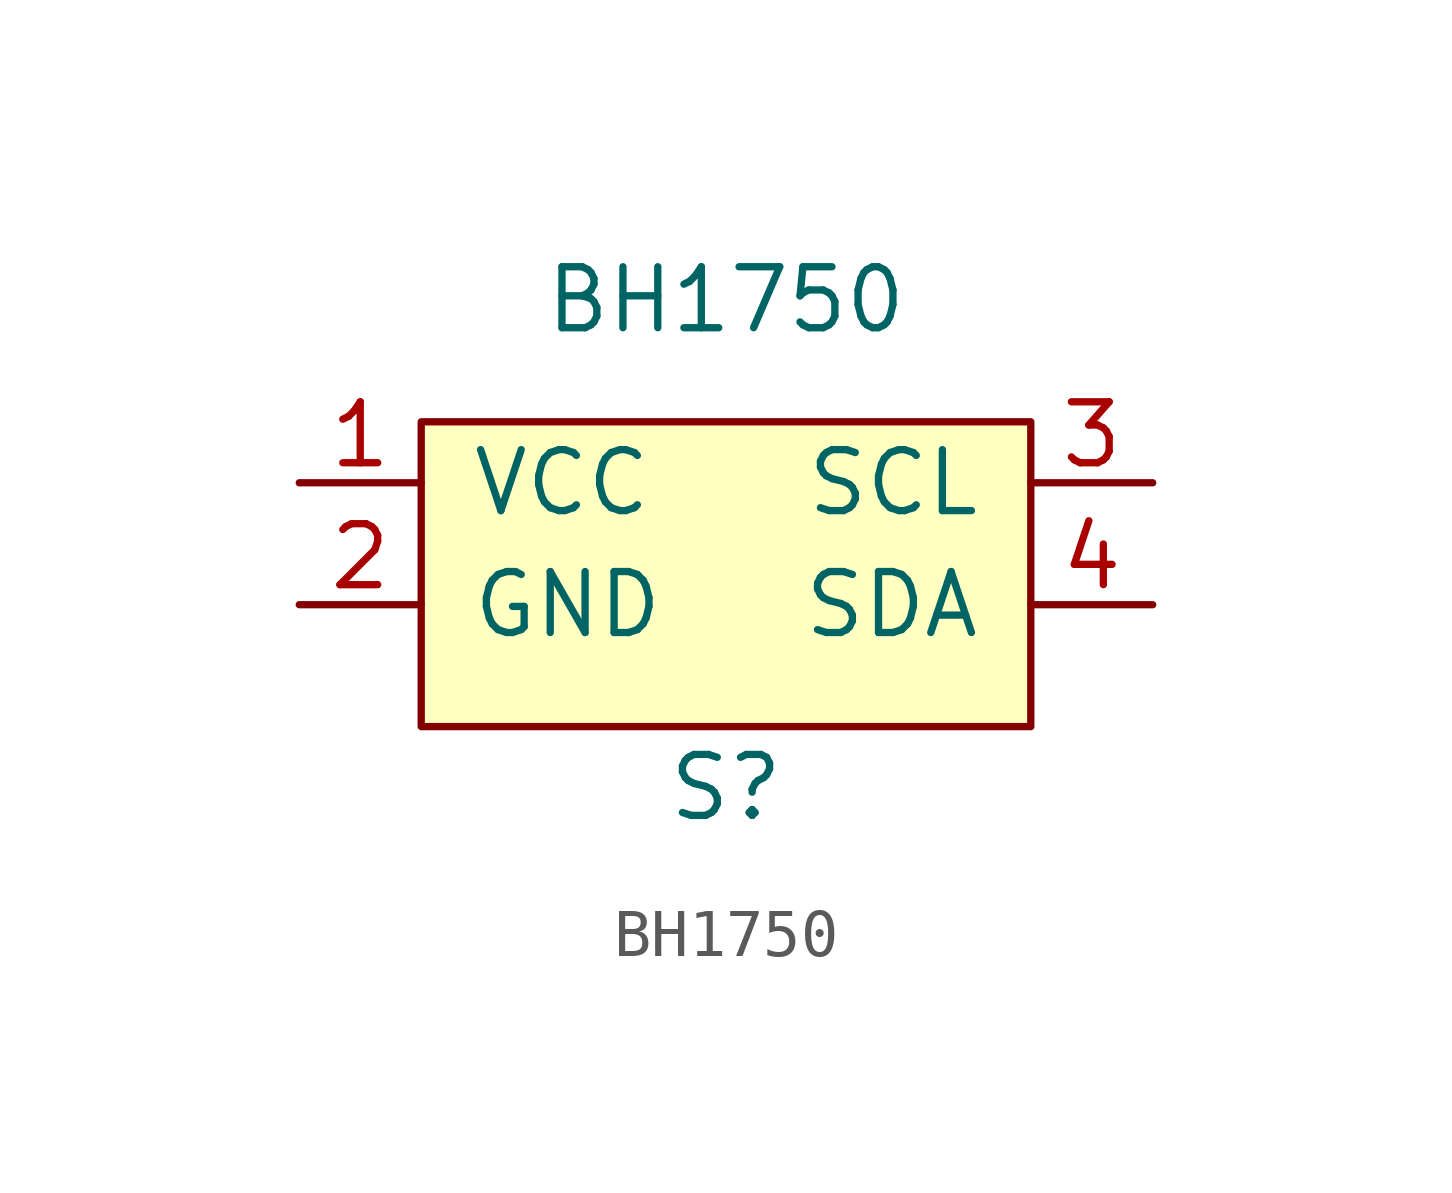
<source format=kicad_sym>
(kicad_symbol_lib
  (version 20211014)
  (generator kicad_symbol_editor)
  (symbol "BH1750"
    (pin_names
      (offset 1.016))
    (property "Reference" "S"
      (at 0 -3.81 0)
      (effects (font (size 1.27 1.27))))
    (property "Value" "BH1750"
      (at 0 6.35 0)
      (effects (font (size 1.27 1.27))))
    (symbol "BH1750_0_1"
      (rectangle (start -6.35 3.81) (end 6.35 -2.54) (stroke (width 0) (type default) (color 0 0 0 0)) (fill (type background))))
    (symbol "BH1750_1_1"
      (pin power_in line (at -8.89 2.54 0) (length 2.54) (name "VCC" (effects (font (size 1.27 1.27)))) (number "1" (effects (font (size 1.27 1.27)))))
      (pin power_in line (at -8.89 0 0) (length 2.54) (name "GND" (effects (font (size 1.27 1.27)))) (number "2" (effects (font (size 1.27 1.27)))))
      (pin input line (at 8.89 2.54 180) (length 2.54) (name "SCL" (effects (font (size 1.27 1.27)))) (number "3" (effects (font (size 1.27 1.27)))))
      (pin bidirectional line (at 8.89 0 180) (length 2.54) (name "SDA" (effects (font (size 1.27 1.27)))) (number "4" (effects (font (size 1.27 1.27))))))))
</source>
